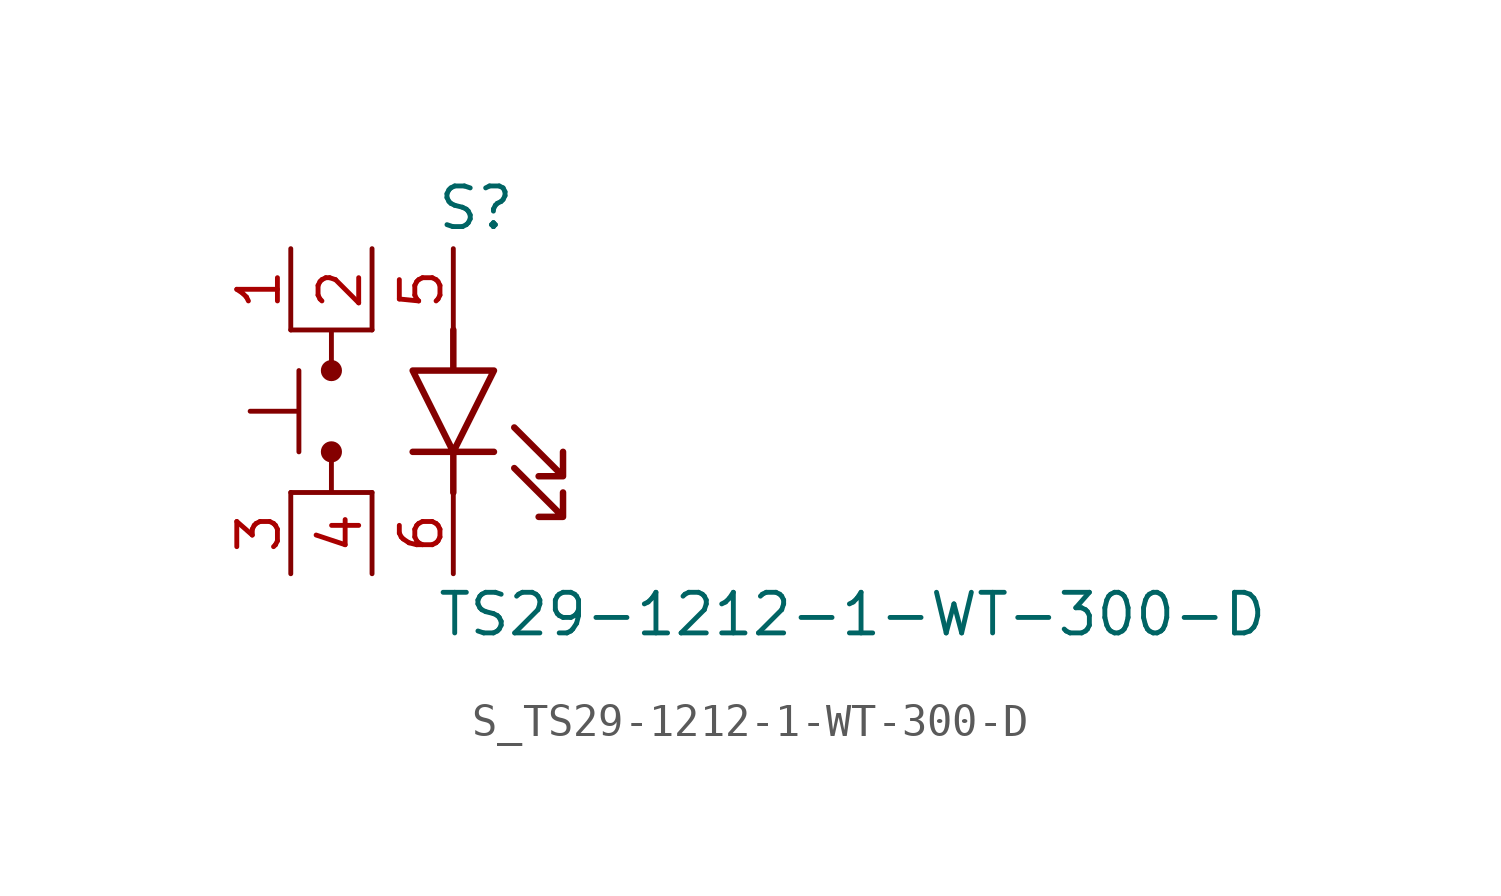
<source format=kicad_sym>
(kicad_symbol_lib
  (version 20231120)
  (generator kicad_symbol_editor)
  (generator_version 8.0)
  (symbol "S_TS29-1212-1-WT-300-D"
    (pin_names
      (offset 0.254))
    (property "Reference" "S"
      (at 2 6.35 0)
      (effects (font (size 1.27 1.27)) (justify left)))
    (property "Value" "TS29-1212-1-WT-300-D"
      (at 2 -6.35 0)
      (effects (font (size 1.27 1.27)) (justify left)))
    (symbol "S_TS29-1212-1-WT-300-D_0_0"
      (pin passive line (at -2.54 5.08 270) (length 2.54) (name "" (effects (font (size 1.27 1.27)))) (number "1" (effects (font (size 1.27 1.27)))))
      (pin passive line (at 0 5.08 270) (length 2.54) (name "" (effects (font (size 1.27 1.27)))) (number "2" (effects (font (size 1.27 1.27)))))
      (pin passive line (at 2.54 5.08 270) (length 2.54) (name "" (effects (font (size 1.27 1.27)))) (number "5" (effects (font (size 1.27 1.27)))))
      (pin passive line (at -2.54 -5.08 90) (length 2.54) (name "" (effects (font (size 1.27 1.27)))) (number "3" (effects (font (size 1.27 1.27)))))
      (pin passive line (at 0 -5.08 90) (length 2.54) (name "" (effects (font (size 1.27 1.27)))) (number "4" (effects (font (size 1.27 1.27)))))
      (pin passive line (at 2.54 -5.08 90) (length 2.54) (name "" (effects (font (size 1.27 1.27)))) (number "6" (effects (font (size 1.27 1.27)))))
      (polyline (pts (xy -2.286 1.27) (xy -2.286 -1.27) (xy -2.286 0) (xy -3.81 0)) (stroke (width 0) (type default)) (fill (type none)))
      (circle (center -1.27 1.27) (radius 0.254) (stroke (width 0) (type solid)) (fill (type outline)))
      (circle (center -1.27 -1.27) (radius 0.254) (stroke (width 0) (type solid)) (fill (type outline)))
      (polyline (pts (xy 0 2.54) (xy -2.54 2.54) (xy -1.27 2.54) (xy -1.27 1.27)) (stroke (width 0) (type default)) (fill (type none)))
      (polyline (pts (xy 0 -2.54) (xy -2.54 -2.54) (xy -1.27 -2.54) (xy -1.27 -1.27)) (stroke (width 0) (type default)) (fill (type none)))
      (polyline (pts (xy 2.54 -2.54) (xy 2.54 -1.27) (xy 3.81 -1.27) (xy 2.54 -1.27) (xy 3.81 1.27) (xy 2.54 1.27) (xy 2.54 2.54) (xy 2.54 1.27) (xy 1.27 1.27) (xy 2.54 -1.27) (xy 1.27 -1.27) (xy 2.54 -1.27) (xy 2.54 -2.54)) (stroke (width 0.203) (type solid)) (fill (type color) (color 255 255 255 1)))
      (polyline (pts (xy 4.445 -0.508) (xy 5.969 -2.032) (xy 5.969 -1.27) (xy 5.969 -2.032) (xy 5.207 -2.032)) (stroke (width 0.203) (type default)) (fill (type none)))
      (polyline (pts (xy 4.445 -1.778) (xy 5.969 -3.302) (xy 5.969 -2.54) (xy 5.969 -3.302) (xy 5.207 -3.302)) (stroke (width 0.203) (type default)) (fill (type none))))
    (symbol "S_TS29-1212-1-WT-300-D_1_0")))
</source>
